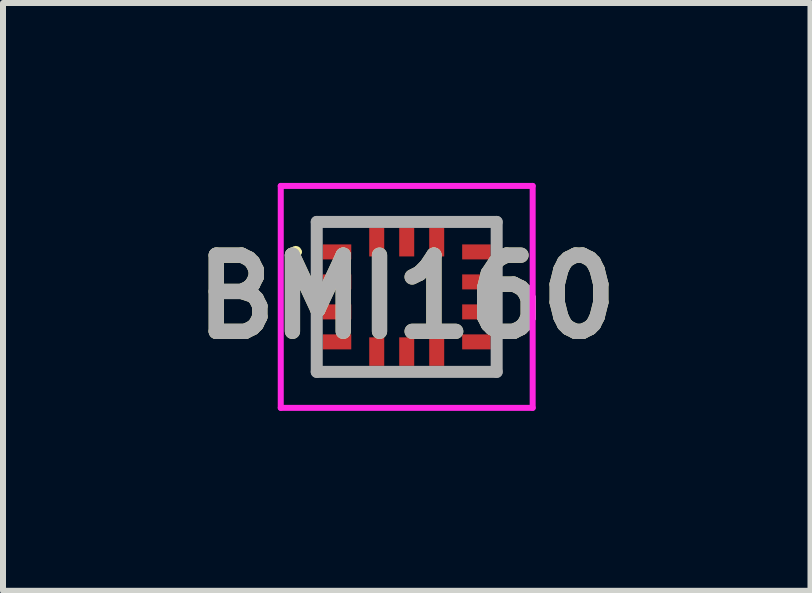
<source format=kicad_pcb>
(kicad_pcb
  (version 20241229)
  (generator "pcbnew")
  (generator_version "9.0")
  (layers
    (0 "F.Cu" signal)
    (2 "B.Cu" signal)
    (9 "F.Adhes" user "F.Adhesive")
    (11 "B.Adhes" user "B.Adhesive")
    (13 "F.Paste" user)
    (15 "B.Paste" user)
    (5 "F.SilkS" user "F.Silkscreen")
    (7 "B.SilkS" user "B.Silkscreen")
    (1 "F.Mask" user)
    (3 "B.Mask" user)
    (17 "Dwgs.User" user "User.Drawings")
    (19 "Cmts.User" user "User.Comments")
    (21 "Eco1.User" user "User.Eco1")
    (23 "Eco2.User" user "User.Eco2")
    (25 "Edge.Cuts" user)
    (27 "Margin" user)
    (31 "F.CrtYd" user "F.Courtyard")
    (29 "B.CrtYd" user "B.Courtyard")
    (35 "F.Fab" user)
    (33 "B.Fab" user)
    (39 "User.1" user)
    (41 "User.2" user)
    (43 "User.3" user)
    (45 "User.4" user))
  (footprint "BMI160"
    (layer "F.Cu")
    (at 3.731 1.9)
    (property "Reference" "BMI160" (at 0 0 0) (layer "F.SilkS") (effects (font (size 1.27 1.27) (thickness 0.254))))
    (attr smd)
    (fp_line (start -1.9 -0.75) (end -1.9 -0.75) (stroke (width 0.1) (type solid)) (layer "F.SilkS"))
    (fp_line (start -1.8 -0.75) (end -1.8 -0.75) (stroke (width 0.1) (type solid)) (layer "F.SilkS"))
    (fp_line (start -1.5 -1.25) (end -1.4 -1.25) (stroke (width 0.1) (type solid)) (layer "F.SilkS"))
    (fp_line (start -1.5 -1.1) (end -1.5 -1.25) (stroke (width 0.1) (type solid)) (layer "F.SilkS"))
    (fp_line (start -1.5 1.1) (end -1.5 1.25) (stroke (width 0.1) (type solid)) (layer "F.SilkS"))
    (fp_line (start -1.5 1.25) (end -1.4 1.25) (stroke (width 0.1) (type solid)) (layer "F.SilkS"))
    (fp_line (start 1.5 -1.25) (end 1.4 -1.25) (stroke (width 0.1) (type solid)) (layer "F.SilkS"))
    (fp_line (start 1.5 -1.1) (end 1.5 -1.25) (stroke (width 0.1) (type solid)) (layer "F.SilkS"))
    (fp_line (start 1.5 1.1) (end 1.5 1.25) (stroke (width 0.1) (type solid)) (layer "F.SilkS"))
    (fp_line (start 1.5 1.25) (end 1.4 1.25) (stroke (width 0.1) (type solid)) (layer "F.SilkS"))
    (fp_arc (start -1.9 -0.75) (mid -1.85 -0.8) (end -1.8 -0.75) (stroke (width 0.1) (type solid)) (layer "F.SilkS"))
    (fp_arc (start -1.8 -0.75) (mid -1.85 -0.7) (end -1.9 -0.75) (stroke (width 0.1) (type solid)) (layer "F.SilkS"))
    (fp_line (start -2.1 -1.85) (end 2.1 -1.85) (stroke (width 0.1) (type solid)) (layer "F.CrtYd"))
    (fp_line (start -2.1 1.85) (end -2.1 -1.85) (stroke (width 0.1) (type solid)) (layer "F.CrtYd"))
    (fp_line (start 2.1 -1.85) (end 2.1 1.85) (stroke (width 0.1) (type solid)) (layer "F.CrtYd"))
    (fp_line (start 2.1 1.85) (end -2.1 1.85) (stroke (width 0.1) (type solid)) (layer "F.CrtYd"))
    (fp_line (start -1.5 -1.25) (end 1.5 -1.25) (stroke (width 0.2) (type solid)) (layer "F.Fab"))
    (fp_line (start -1.5 1.25) (end -1.5 -1.25) (stroke (width 0.2) (type solid)) (layer "F.Fab"))
    (fp_line (start 1.5 -1.25) (end 1.5 1.25) (stroke (width 0.2) (type solid)) (layer "F.Fab"))
    (fp_line (start 1.5 1.25) (end -1.5 1.25) (stroke (width 0.2) (type solid)) (layer "F.Fab"))
    (fp_text user "${REFERENCE}" (at 0 0 0) (layer "F.Fab") (effects (font (size 1.27 1.27) (thickness 0.254))))
    (pad "1" smd rect (at -1.162 -0.75 90) (size 0.25 0.475) (layers "F.Cu" "F.Mask" "F.Paste"))
    (pad "2" smd rect (at -1.162 -0.25 90) (size 0.25 0.475) (layers "F.Cu" "F.Mask" "F.Paste"))
    (pad "3" smd rect (at -1.162 0.25 90) (size 0.25 0.475) (layers "F.Cu" "F.Mask" "F.Paste"))
    (pad "4" smd rect (at -1.162 0.75 90) (size 0.25 0.475) (layers "F.Cu" "F.Mask" "F.Paste"))
    (pad "5" smd rect (at -0.5 0.912) (size 0.25 0.475) (layers "F.Cu" "F.Mask" "F.Paste"))
    (pad "6" smd rect (at 0 0.912) (size 0.25 0.475) (layers "F.Cu" "F.Mask" "F.Paste"))
    (pad "7" smd rect (at 0.5 0.912) (size 0.25 0.475) (layers "F.Cu" "F.Mask" "F.Paste"))
    (pad "8" smd rect (at 1.162 0.75 90) (size 0.25 0.475) (layers "F.Cu" "F.Mask" "F.Paste"))
    (pad "9" smd rect (at 1.162 0.25 90) (size 0.25 0.475) (layers "F.Cu" "F.Mask" "F.Paste"))
    (pad "10" smd rect (at 1.162 -0.25 90) (size 0.25 0.475) (layers "F.Cu" "F.Mask" "F.Paste"))
    (pad "11" smd rect (at 1.162 -0.75 90) (size 0.25 0.475) (layers "F.Cu" "F.Mask" "F.Paste"))
    (pad "12" smd rect (at 0.5 -0.912) (size 0.25 0.475) (layers "F.Cu" "F.Mask" "F.Paste"))
    (pad "13" smd rect (at 0 -0.912) (size 0.25 0.475) (layers "F.Cu" "F.Mask" "F.Paste"))
    (pad "14" smd rect (at -0.5 -0.912) (size 0.25 0.475) (layers "F.Cu" "F.Mask" "F.Paste")))
  (gr_rect
    (start -3 -3)
    (end 10.463 6.8)
    (stroke (width 0.1) (type default))
    (fill no)
    (layer "Edge.Cuts")))
</source>
